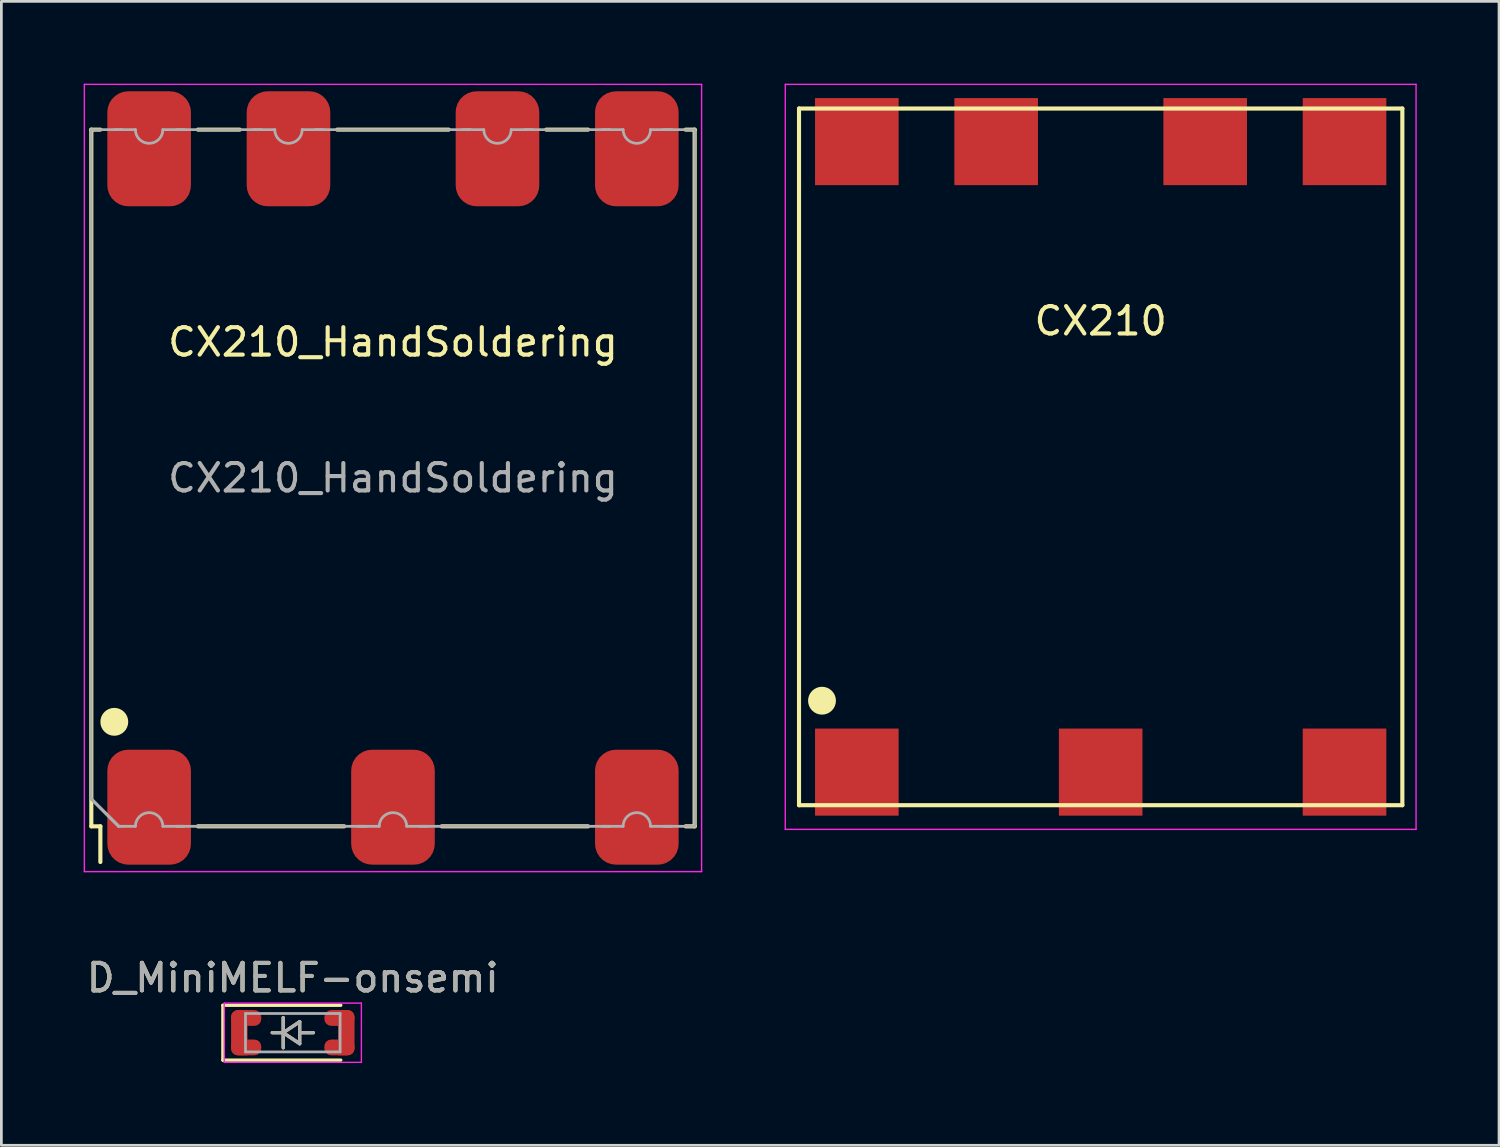
<source format=kicad_pcb>
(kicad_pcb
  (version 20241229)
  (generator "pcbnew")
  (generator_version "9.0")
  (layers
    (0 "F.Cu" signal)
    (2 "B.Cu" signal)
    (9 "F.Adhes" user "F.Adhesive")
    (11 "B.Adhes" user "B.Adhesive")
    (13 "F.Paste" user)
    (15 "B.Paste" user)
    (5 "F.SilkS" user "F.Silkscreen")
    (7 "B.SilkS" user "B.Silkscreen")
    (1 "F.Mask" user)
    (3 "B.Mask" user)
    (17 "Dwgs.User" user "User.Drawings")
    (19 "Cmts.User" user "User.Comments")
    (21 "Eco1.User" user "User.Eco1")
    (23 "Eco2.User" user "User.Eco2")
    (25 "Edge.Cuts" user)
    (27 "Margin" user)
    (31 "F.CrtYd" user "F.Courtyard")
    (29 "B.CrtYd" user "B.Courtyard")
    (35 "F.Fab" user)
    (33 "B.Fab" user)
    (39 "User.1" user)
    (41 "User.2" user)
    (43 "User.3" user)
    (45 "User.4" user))
  (footprint "CX210_HandSoldering"
    (layer "F.Cu")
    (at 11.277 14.376)
    (property "Reference" "CX210_HandSoldering" (at 0 -4.953 0) (layer "F.SilkS") (effects (font (size 1 1) (thickness 0.15))))
    (attr through_hole)
    (fp_line (start -10.998 -12.7) (end -10.998 12.7) (stroke (width 0.15) (type solid)) (layer "F.SilkS"))
    (fp_line (start -10.998 12.7) (end -10.668 12.7) (stroke (width 0.15) (type solid)) (layer "F.SilkS"))
    (fp_line (start -10.668 -12.7) (end -10.998 -12.7) (stroke (width 0.15) (type solid)) (layer "F.SilkS"))
    (fp_line (start -10.668 12.7) (end -10.668 14) (stroke (width 0.15) (type solid)) (layer "F.SilkS"))
    (fp_line (start -7.112 -12.7) (end -5.588 -12.7) (stroke (width 0.15) (type solid)) (layer "F.SilkS"))
    (fp_line (start -7.112 12.7) (end -1.778 12.7) (stroke (width 0.15) (type solid)) (layer "F.SilkS"))
    (fp_line (start -2.032 -12.7) (end 2.032 -12.7) (stroke (width 0.15) (type solid)) (layer "F.SilkS"))
    (fp_line (start 1.778 12.7) (end 7.112 12.7) (stroke (width 0.15) (type solid)) (layer "F.SilkS"))
    (fp_line (start 5.588 -12.7) (end 7.112 -12.7) (stroke (width 0.15) (type solid)) (layer "F.SilkS"))
    (fp_line (start 10.668 12.7) (end 10.998 12.7) (stroke (width 0.15) (type solid)) (layer "F.SilkS"))
    (fp_line (start 10.998 -12.7) (end 10.668 -12.7) (stroke (width 0.15) (type solid)) (layer "F.SilkS"))
    (fp_line (start 10.998 12.7) (end 10.998 -12.7) (stroke (width 0.15) (type solid)) (layer "F.SilkS"))
    (fp_circle (center -10.16 8.89) (end -9.906 8.89) (stroke (width 0.508) (type solid)) (fill no) (layer "F.SilkS"))
    (fp_line (start -11.252 -14.351) (end -11.252 14.351) (stroke (width 0.05) (type solid)) (layer "F.CrtYd"))
    (fp_line (start -11.252 14.351) (end 11.252 14.351) (stroke (width 0.05) (type solid)) (layer "F.CrtYd"))
    (fp_line (start 11.252 -14.351) (end -11.252 -14.351) (stroke (width 0.05) (type solid)) (layer "F.CrtYd"))
    (fp_line (start 11.252 14.351) (end 11.252 -14.351) (stroke (width 0.05) (type solid)) (layer "F.CrtYd"))
    (fp_line (start -11 -12.7) (end -9.89 -12.7) (stroke (width 0.1) (type solid)) (layer "F.Fab"))
    (fp_line (start -11 11.7) (end -11 -12.7) (stroke (width 0.1) (type solid)) (layer "F.Fab"))
    (fp_line (start -11 11.7) (end -10 12.7) (stroke (width 0.12) (type solid)) (layer "F.Fab"))
    (fp_line (start -10 12.7) (end -9.89 12.7) (stroke (width 0.1) (type solid)) (layer "F.Fab"))
    (fp_line (start -9.89 -12.7) (end -10.16 -12.7) (stroke (width 0.1) (type solid)) (layer "F.Fab"))
    (fp_line (start -9.89 12.7) (end -9.39 12.7) (stroke (width 0.1) (type solid)) (layer "F.Fab"))
    (fp_line (start -9.39 -12.7) (end -9.89 -12.7) (stroke (width 0.1) (type solid)) (layer "F.Fab"))
    (fp_line (start -8.39 12.7) (end -7.89 12.7) (stroke (width 0.1) (type solid)) (layer "F.Fab"))
    (fp_line (start -7.89 -12.7) (end -8.39 -12.7) (stroke (width 0.1) (type solid)) (layer "F.Fab"))
    (fp_line (start -7.89 -12.7) (end -4.81 -12.7) (stroke (width 0.1) (type solid)) (layer "F.Fab"))
    (fp_line (start -7.89 12.7) (end -7.62 12.7) (stroke (width 0.1) (type solid)) (layer "F.Fab"))
    (fp_line (start -7.62 -12.7) (end -7.89 -12.7) (stroke (width 0.1) (type solid)) (layer "F.Fab"))
    (fp_line (start -4.81 -12.7) (end -5.08 -12.7) (stroke (width 0.1) (type solid)) (layer "F.Fab"))
    (fp_line (start -4.31 -12.7) (end -4.81 -12.7) (stroke (width 0.1) (type solid)) (layer "F.Fab"))
    (fp_line (start -2.81 -12.7) (end -3.31 -12.7) (stroke (width 0.1) (type solid)) (layer "F.Fab"))
    (fp_line (start -2.81 -12.7) (end 2.81 -12.7) (stroke (width 0.1) (type solid)) (layer "F.Fab"))
    (fp_line (start -2.54 -12.7) (end -2.81 -12.7) (stroke (width 0.1) (type solid)) (layer "F.Fab"))
    (fp_line (start -1.27 12.7) (end -1 12.7) (stroke (width 0.1) (type solid)) (layer "F.Fab"))
    (fp_line (start -1 12.7) (end -7.89 12.7) (stroke (width 0.1) (type solid)) (layer "F.Fab"))
    (fp_line (start -1 12.7) (end -0.5 12.7) (stroke (width 0.1) (type solid)) (layer "F.Fab"))
    (fp_line (start 0.5 12.7) (end 1 12.7) (stroke (width 0.1) (type solid)) (layer "F.Fab"))
    (fp_line (start 1 12.7) (end 1.27 12.7) (stroke (width 0.1) (type solid)) (layer "F.Fab"))
    (fp_line (start 2.81 -12.7) (end 2.54 -12.7) (stroke (width 0.1) (type solid)) (layer "F.Fab"))
    (fp_line (start 3.31 -12.7) (end 2.81 -12.7) (stroke (width 0.1) (type solid)) (layer "F.Fab"))
    (fp_line (start 4.81 -12.7) (end 4.31 -12.7) (stroke (width 0.1) (type solid)) (layer "F.Fab"))
    (fp_line (start 4.81 -12.7) (end 7.89 -12.7) (stroke (width 0.1) (type solid)) (layer "F.Fab"))
    (fp_line (start 5.08 -12.7) (end 4.81 -12.7) (stroke (width 0.1) (type solid)) (layer "F.Fab"))
    (fp_line (start 7.62 12.7) (end 7.89 12.7) (stroke (width 0.1) (type solid)) (layer "F.Fab"))
    (fp_line (start 7.89 -12.7) (end 7.62 -12.7) (stroke (width 0.1) (type solid)) (layer "F.Fab"))
    (fp_line (start 7.89 12.7) (end 1 12.7) (stroke (width 0.1) (type solid)) (layer "F.Fab"))
    (fp_line (start 7.89 12.7) (end 8.39 12.7) (stroke (width 0.1) (type solid)) (layer "F.Fab"))
    (fp_line (start 8.39 -12.7) (end 7.89 -12.7) (stroke (width 0.1) (type solid)) (layer "F.Fab"))
    (fp_line (start 9.39 12.7) (end 9.89 12.7) (stroke (width 0.1) (type solid)) (layer "F.Fab"))
    (fp_line (start 9.89 -12.7) (end 9.39 -12.7) (stroke (width 0.1) (type solid)) (layer "F.Fab"))
    (fp_line (start 9.89 -12.7) (end 11 -12.7) (stroke (width 0.1) (type solid)) (layer "F.Fab"))
    (fp_line (start 9.89 12.7) (end 10.16 12.7) (stroke (width 0.1) (type solid)) (layer "F.Fab"))
    (fp_line (start 10.16 -12.7) (end 9.89 -12.7) (stroke (width 0.1) (type solid)) (layer "F.Fab"))
    (fp_line (start 11 -12.7) (end 11 12.7) (stroke (width 0.1) (type solid)) (layer "F.Fab"))
    (fp_line (start 11 12.7) (end 9.89 12.7) (stroke (width 0.1) (type solid)) (layer "F.Fab"))
    (fp_arc (start -9.39 12.7) (mid -8.89 12.2) (end -8.39 12.7) (stroke (width 0.1) (type solid)) (layer "F.Fab"))
    (fp_arc (start -8.39 -12.7) (mid -8.89 -12.2) (end -9.39 -12.7) (stroke (width 0.1) (type solid)) (layer "F.Fab"))
    (fp_arc (start -3.31 -12.7) (mid -3.81 -12.2) (end -4.31 -12.7) (stroke (width 0.1) (type solid)) (layer "F.Fab"))
    (fp_arc (start -0.5 12.7) (mid 0 12.2) (end 0.5 12.7) (stroke (width 0.1) (type solid)) (layer "F.Fab"))
    (fp_arc (start 4.31 -12.7) (mid 3.81 -12.2) (end 3.31 -12.7) (stroke (width 0.1) (type solid)) (layer "F.Fab"))
    (fp_arc (start 8.39 12.7) (mid 8.89 12.2) (end 9.39 12.7) (stroke (width 0.1) (type solid)) (layer "F.Fab"))
    (fp_arc (start 9.39 -12.7) (mid 8.89 -12.2) (end 8.39 -12.7) (stroke (width 0.1) (type solid)) (layer "F.Fab"))
    (fp_text user "${REFERENCE}" (at 0 0 0) (layer "F.Fab") (effects (font (size 1 1) (thickness 0.15))))
    (pad "1" smd roundrect (at -8.89 12.002) (size 3.048 4.191) (layers "F.Cu" "F.Mask" "F.Paste") (roundrect_rratio 0.25))
    (pad "2" smd roundrect (at 0 12.002) (size 3.048 4.191) (layers "F.Cu" "F.Mask" "F.Paste") (roundrect_rratio 0.25))
    (pad "3" smd roundrect (at 8.89 12.002) (size 3.048 4.191) (layers "F.Cu" "F.Mask" "F.Paste") (roundrect_rratio 0.25))
    (pad "4" smd roundrect (at 8.89 -12.002) (size 3.048 4.191) (layers "F.Cu" "F.Mask" "F.Paste") (roundrect_rratio 0.25))
    (pad "5" smd roundrect (at 3.81 -12.002) (size 3.048 4.191) (layers "F.Cu" "F.Mask" "F.Paste") (roundrect_rratio 0.25))
    (pad "6" smd roundrect (at -3.81 -12.002) (size 3.048 4.191) (layers "F.Cu" "F.Mask" "F.Paste") (roundrect_rratio 0.25))
    (pad "7" smd roundrect (at -8.89 -12.002) (size 3.048 4.191) (layers "F.Cu" "F.Mask" "F.Paste") (roundrect_rratio 0.25)))
  (footprint "D_MiniMELF-onsemi"
    (layer "F.Cu")
    (at 7.625 34.6)
    (property "Reference" "D_MiniMELF-onsemi" (at 0 -2 0) (layer "F.SilkS") (effects (font (size 1 1) (thickness 0.15))))
    (attr smd)
    (fp_line (start -2.55 -1) (end -2.55 1) (stroke (width 0.12) (type solid)) (layer "F.SilkS"))
    (fp_line (start -2.55 1) (end 1.75 1) (stroke (width 0.12) (type solid)) (layer "F.SilkS"))
    (fp_line (start -0.75 0) (end -0.35 0) (stroke (width 0.12) (type solid)) (layer "F.SilkS"))
    (fp_line (start -0.35 0) (end -0.35 -0.55) (stroke (width 0.12) (type solid)) (layer "F.SilkS"))
    (fp_line (start -0.35 0) (end -0.35 0.55) (stroke (width 0.12) (type solid)) (layer "F.SilkS"))
    (fp_line (start -0.35 0) (end 0.25 -0.4) (stroke (width 0.12) (type solid)) (layer "F.SilkS"))
    (fp_line (start 0.25 -0.4) (end 0.25 0.4) (stroke (width 0.12) (type solid)) (layer "F.SilkS"))
    (fp_line (start 0.25 0) (end 0.75 0) (stroke (width 0.12) (type solid)) (layer "F.SilkS"))
    (fp_line (start 0.25 0.4) (end -0.35 0) (stroke (width 0.12) (type solid)) (layer "F.SilkS"))
    (fp_line (start 1.75 -1) (end -2.55 -1) (stroke (width 0.12) (type solid)) (layer "F.SilkS"))
    (fp_line (start -2.5 -1.08) (end 2.5 -1.08) (stroke (width 0.05) (type solid)) (layer "F.CrtYd"))
    (fp_line (start -2.5 1.08) (end -2.5 -1.08) (stroke (width 0.05) (type solid)) (layer "F.CrtYd"))
    (fp_line (start 2.5 -1.08) (end 2.5 1.08) (stroke (width 0.05) (type solid)) (layer "F.CrtYd"))
    (fp_line (start 2.5 1.08) (end -2.5 1.08) (stroke (width 0.05) (type solid)) (layer "F.CrtYd"))
    (fp_line (start -1.725 -0.7) (end 1.725 -0.7) (stroke (width 0.1) (type solid)) (layer "F.Fab"))
    (fp_line (start -1.725 0.7) (end -1.725 -0.7) (stroke (width 0.1) (type solid)) (layer "F.Fab"))
    (fp_line (start -0.75 0) (end -0.35 0) (stroke (width 0.12) (type solid)) (layer "F.Fab"))
    (fp_line (start -0.35 0) (end -0.35 -0.55) (stroke (width 0.12) (type solid)) (layer "F.Fab"))
    (fp_line (start -0.35 0) (end -0.35 0.55) (stroke (width 0.12) (type solid)) (layer "F.Fab"))
    (fp_line (start -0.35 0) (end 0.25 -0.4) (stroke (width 0.12) (type solid)) (layer "F.Fab"))
    (fp_line (start 0.25 -0.4) (end 0.25 0.4) (stroke (width 0.12) (type solid)) (layer "F.Fab"))
    (fp_line (start 0.25 0) (end 0.75 0) (stroke (width 0.12) (type solid)) (layer "F.Fab"))
    (fp_line (start 0.25 0.4) (end -0.35 0) (stroke (width 0.12) (type solid)) (layer "F.Fab"))
    (fp_line (start 1.725 -0.7) (end 1.725 0.7) (stroke (width 0.1) (type solid)) (layer "F.Fab"))
    (fp_line (start 1.725 0.7) (end -1.725 0.7) (stroke (width 0.1) (type solid)) (layer "F.Fab"))
    (fp_text user "${REFERENCE}" (at 0 -2 0) (layer "F.Fab") (effects (font (size 1 1) (thickness 0.15))))
    (pad "" smd roundrect (at -1.7 0) (size 1.1 1.65) (layers "F.Mask") (roundrect_rratio 0.227))
    (pad "" smd roundrect (at 1.7 0) (size 1.1 1.65) (layers "F.Mask") (roundrect_rratio 0.227))
    (pad "1" smd roundrect (at -1.95 0) (size 0.6 1.65) (layers "F.Cu" "F.Mask" "F.Paste") (roundrect_rratio 0.417) (chamfer_ratio 0.01) (chamfer top_right bottom_right))
    (pad "1" smd roundrect (at -1.7 -0.537) (size 1.1 0.575) (layers "F.Cu" "F.Mask") (roundrect_rratio 0.435))
    (pad "1" smd roundrect (at -1.7 0.537) (size 1.1 0.575) (layers "F.Cu" "F.Mask") (roundrect_rratio 0.435))
    (pad "2" smd roundrect (at 1.7 -0.537) (size 1.1 0.575) (layers "F.Cu" "F.Mask") (roundrect_rratio 0.435))
    (pad "2" smd roundrect (at 1.7 0.537) (size 1.1 0.575) (layers "F.Cu" "F.Mask") (roundrect_rratio 0.435))
    (pad "2" smd roundrect (at 1.95 0) (size 0.6 1.65) (layers "F.Cu" "F.Mask" "F.Paste") (roundrect_rratio 0.417) (chamfer_ratio 0.01) (chamfer top_left bottom_left)))
  (footprint "CX210"
    (layer "F.Cu")
    (at 37.078 13.606)
    (property "Reference" "CX210" (at 0 -4.953 0) (layer "F.SilkS") (effects (font (size 1 1) (thickness 0.15))))
    (attr through_hole)
    (fp_line (start -10.998 -12.7) (end -10.998 12.7) (stroke (width 0.15) (type solid)) (layer "F.SilkS"))
    (fp_line (start -10.998 12.7) (end 10.998 12.7) (stroke (width 0.15) (type solid)) (layer "F.SilkS"))
    (fp_line (start 10.998 -12.7) (end -10.998 -12.7) (stroke (width 0.15) (type solid)) (layer "F.SilkS"))
    (fp_line (start 10.998 12.7) (end 10.998 -12.7) (stroke (width 0.15) (type solid)) (layer "F.SilkS"))
    (fp_circle (center -10.16 8.89) (end -9.906 8.89) (stroke (width 0.508) (type solid)) (fill no) (layer "F.SilkS"))
    (fp_line (start -11.498 -13.581) (end -11.498 13.581) (stroke (width 0.05) (type solid)) (layer "F.CrtYd"))
    (fp_line (start -11.498 13.581) (end 11.498 13.581) (stroke (width 0.05) (type solid)) (layer "F.CrtYd"))
    (fp_line (start 11.498 -13.581) (end -11.498 -13.581) (stroke (width 0.05) (type solid)) (layer "F.CrtYd"))
    (fp_line (start 11.498 13.581) (end 11.498 -13.581) (stroke (width 0.05) (type solid)) (layer "F.CrtYd"))
    (pad "1" smd rect (at -8.89 11.493) (size 3.048 3.175) (layers "F.Cu" "F.Mask" "F.Paste"))
    (pad "2" smd rect (at 0 11.493) (size 3.048 3.175) (layers "F.Cu" "F.Mask" "F.Paste"))
    (pad "3" smd rect (at 8.89 11.493) (size 3.048 3.175) (layers "F.Cu" "F.Mask" "F.Paste"))
    (pad "4" smd rect (at 8.89 -11.493) (size 3.048 3.175) (layers "F.Cu" "F.Mask" "F.Paste"))
    (pad "5" smd rect (at 3.81 -11.493) (size 3.048 3.175) (layers "F.Cu" "F.Mask" "F.Paste"))
    (pad "6" smd rect (at -3.81 -11.493) (size 3.048 3.175) (layers "F.Cu" "F.Mask" "F.Paste"))
    (pad "7" smd rect (at -8.89 -11.493) (size 3.048 3.175) (layers "F.Cu" "F.Mask" "F.Paste")))
  (gr_rect
    (start -3 -3)
    (end 51.601 38.705)
    (stroke (width 0.1) (type default))
    (fill no)
    (layer "Edge.Cuts")))
</source>
